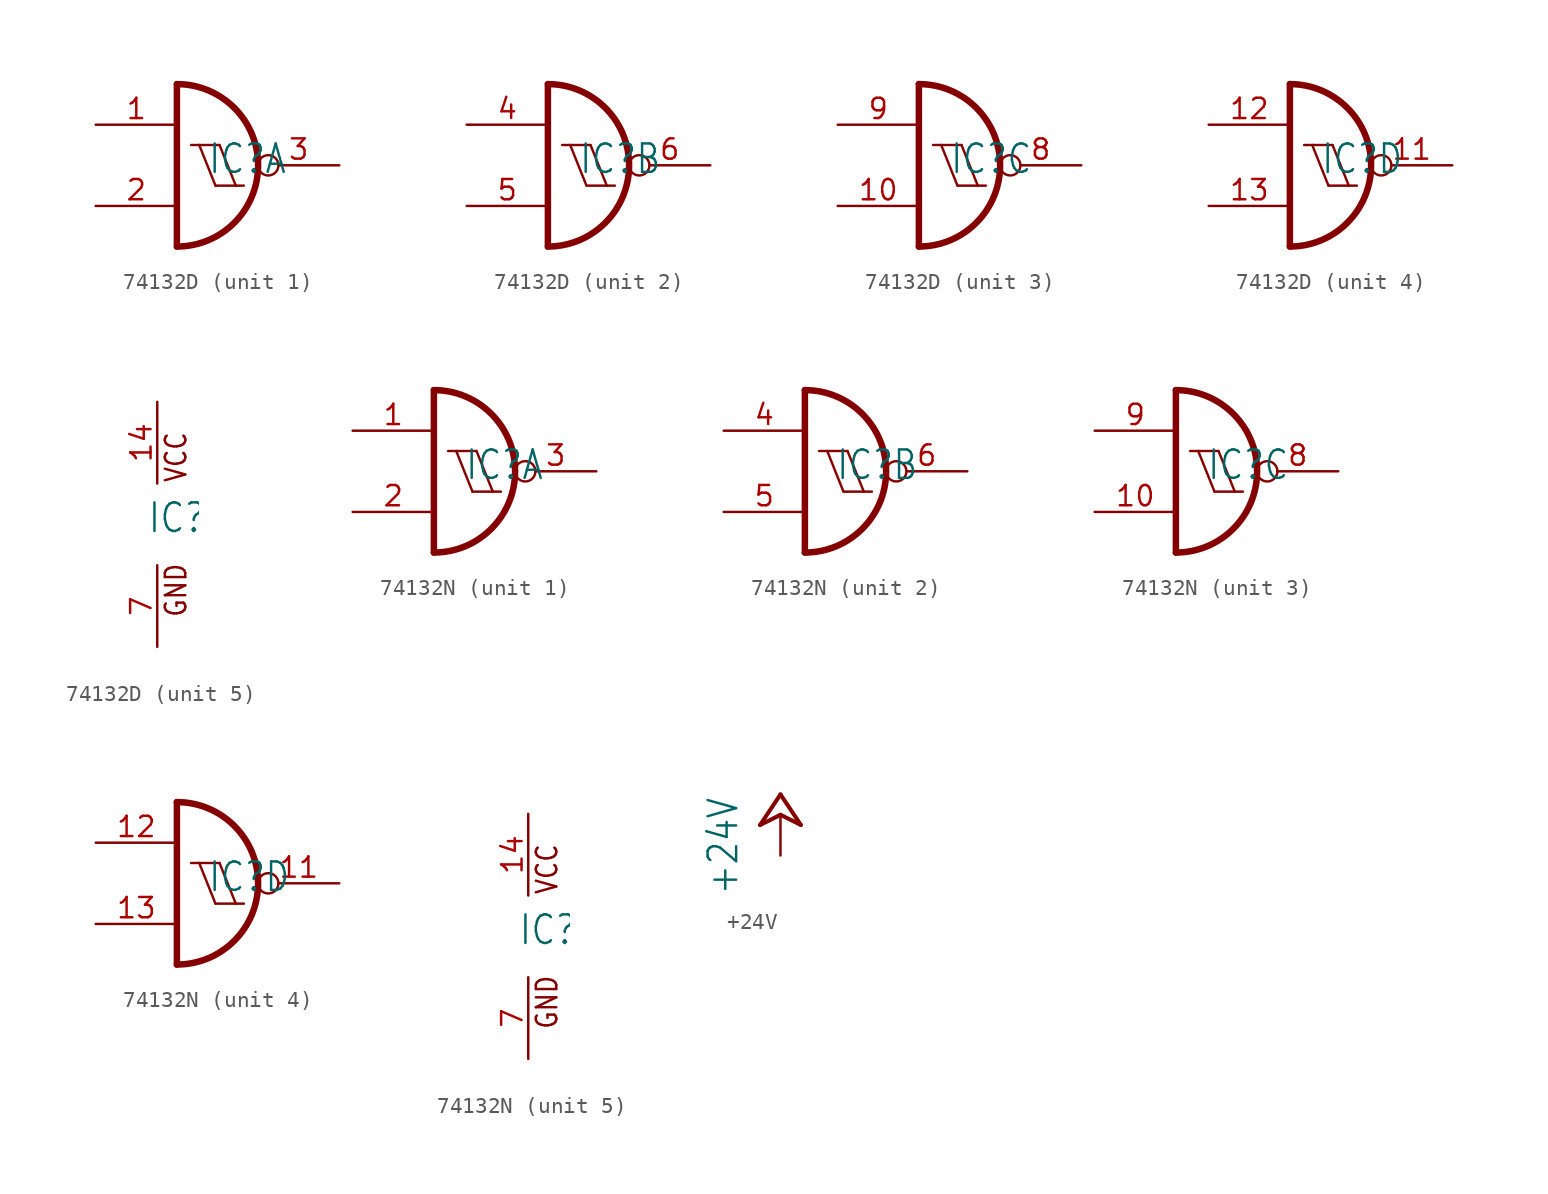
<source format=kicad_sym>
(kicad_symbol_lib
  (version 20211014)
  (generator kicad_symbol_editor)
  (symbol "74132D"
    (property "Reference" "IC"
      (at -0.635 -0.635 0)
      (effects (font (size 1.778 1.511)) (justify left bottom)))
    (property "ki_locked" ""
      (at 0 0 0)
      (effects (font (size 1.27 1.27))))
    (symbol "74132D_1_0"
      (arc (start -2.54 -5.08) (mid 2.54 0) (end -2.54 5.08) (stroke (width 0.4064) (type default) (color 0 0 0 0)) (fill (type none)))
      (polyline (pts (xy -2.54 5.08) (xy -2.54 -5.08)) (stroke (width 0.406) (type default) (color 0 0 0 0)) (fill (type none)))
      (polyline (pts (xy -1.651 1.27) (xy -1.143 1.27)) (stroke (width 0.152) (type default) (color 0 0 0 0)) (fill (type none)))
      (polyline (pts (xy -1.143 1.27) (xy 0.127 1.27)) (stroke (width 0.152) (type default) (color 0 0 0 0)) (fill (type none)))
      (polyline (pts (xy -0.127 -1.27) (xy -1.143 1.27)) (stroke (width 0.152) (type default) (color 0 0 0 0)) (fill (type none)))
      (polyline (pts (xy -0.127 -1.27) (xy 1.143 -1.27)) (stroke (width 0.152) (type default) (color 0 0 0 0)) (fill (type none)))
      (polyline (pts (xy 1.143 -1.27) (xy 0.127 1.27)) (stroke (width 0.152) (type default) (color 0 0 0 0)) (fill (type none)))
      (polyline (pts (xy 1.143 -1.27) (xy 1.651 -1.27)) (stroke (width 0.152) (type default) (color 0 0 0 0)) (fill (type none)))
      (pin input line (at -7.62 2.54 0) (length 5.08) (name "I0" (effects (font (size 0 0)))) (number "1" (effects (font (size 1.27 1.27)))))
      (pin input line (at -7.62 -2.54 0) (length 5.08) (name "I1" (effects (font (size 0 0)))) (number "2" (effects (font (size 1.27 1.27)))))
      (pin output inverted (at 7.62 0 180) (length 5.08) (name "O" (effects (font (size 0 0)))) (number "3" (effects (font (size 1.27 1.27))))))
    (symbol "74132D_2_0"
      (arc (start -2.54 -5.08) (mid 2.54 0) (end -2.54 5.08) (stroke (width 0.4064) (type default) (color 0 0 0 0)) (fill (type none)))
      (polyline (pts (xy -2.54 5.08) (xy -2.54 -5.08)) (stroke (width 0.406) (type default) (color 0 0 0 0)) (fill (type none)))
      (polyline (pts (xy -1.651 1.27) (xy -1.143 1.27)) (stroke (width 0.152) (type default) (color 0 0 0 0)) (fill (type none)))
      (polyline (pts (xy -1.143 1.27) (xy 0.127 1.27)) (stroke (width 0.152) (type default) (color 0 0 0 0)) (fill (type none)))
      (polyline (pts (xy -0.127 -1.27) (xy -1.143 1.27)) (stroke (width 0.152) (type default) (color 0 0 0 0)) (fill (type none)))
      (polyline (pts (xy -0.127 -1.27) (xy 1.143 -1.27)) (stroke (width 0.152) (type default) (color 0 0 0 0)) (fill (type none)))
      (polyline (pts (xy 1.143 -1.27) (xy 0.127 1.27)) (stroke (width 0.152) (type default) (color 0 0 0 0)) (fill (type none)))
      (polyline (pts (xy 1.143 -1.27) (xy 1.651 -1.27)) (stroke (width 0.152) (type default) (color 0 0 0 0)) (fill (type none)))
      (pin input line (at -7.62 2.54 0) (length 5.08) (name "I0" (effects (font (size 0 0)))) (number "4" (effects (font (size 1.27 1.27)))))
      (pin input line (at -7.62 -2.54 0) (length 5.08) (name "I1" (effects (font (size 0 0)))) (number "5" (effects (font (size 1.27 1.27)))))
      (pin output inverted (at 7.62 0 180) (length 5.08) (name "O" (effects (font (size 0 0)))) (number "6" (effects (font (size 1.27 1.27))))))
    (symbol "74132D_3_0"
      (arc (start -2.54 -5.08) (mid 2.54 0) (end -2.54 5.08) (stroke (width 0.4064) (type default) (color 0 0 0 0)) (fill (type none)))
      (polyline (pts (xy -2.54 5.08) (xy -2.54 -5.08)) (stroke (width 0.406) (type default) (color 0 0 0 0)) (fill (type none)))
      (polyline (pts (xy -1.651 1.27) (xy -1.143 1.27)) (stroke (width 0.152) (type default) (color 0 0 0 0)) (fill (type none)))
      (polyline (pts (xy -1.143 1.27) (xy 0.127 1.27)) (stroke (width 0.152) (type default) (color 0 0 0 0)) (fill (type none)))
      (polyline (pts (xy -0.127 -1.27) (xy -1.143 1.27)) (stroke (width 0.152) (type default) (color 0 0 0 0)) (fill (type none)))
      (polyline (pts (xy -0.127 -1.27) (xy 1.143 -1.27)) (stroke (width 0.152) (type default) (color 0 0 0 0)) (fill (type none)))
      (polyline (pts (xy 1.143 -1.27) (xy 0.127 1.27)) (stroke (width 0.152) (type default) (color 0 0 0 0)) (fill (type none)))
      (polyline (pts (xy 1.143 -1.27) (xy 1.651 -1.27)) (stroke (width 0.152) (type default) (color 0 0 0 0)) (fill (type none)))
      (pin input line (at -7.62 -2.54 0) (length 5.08) (name "I1" (effects (font (size 0 0)))) (number "10" (effects (font (size 1.27 1.27)))))
      (pin output inverted (at 7.62 0 180) (length 5.08) (name "O" (effects (font (size 0 0)))) (number "8" (effects (font (size 1.27 1.27)))))
      (pin input line (at -7.62 2.54 0) (length 5.08) (name "I0" (effects (font (size 0 0)))) (number "9" (effects (font (size 1.27 1.27))))))
    (symbol "74132D_4_0"
      (arc (start -2.54 -5.08) (mid 2.54 0) (end -2.54 5.08) (stroke (width 0.4064) (type default) (color 0 0 0 0)) (fill (type none)))
      (polyline (pts (xy -2.54 5.08) (xy -2.54 -5.08)) (stroke (width 0.406) (type default) (color 0 0 0 0)) (fill (type none)))
      (polyline (pts (xy -1.651 1.27) (xy -1.143 1.27)) (stroke (width 0.152) (type default) (color 0 0 0 0)) (fill (type none)))
      (polyline (pts (xy -1.143 1.27) (xy 0.127 1.27)) (stroke (width 0.152) (type default) (color 0 0 0 0)) (fill (type none)))
      (polyline (pts (xy -0.127 -1.27) (xy -1.143 1.27)) (stroke (width 0.152) (type default) (color 0 0 0 0)) (fill (type none)))
      (polyline (pts (xy -0.127 -1.27) (xy 1.143 -1.27)) (stroke (width 0.152) (type default) (color 0 0 0 0)) (fill (type none)))
      (polyline (pts (xy 1.143 -1.27) (xy 0.127 1.27)) (stroke (width 0.152) (type default) (color 0 0 0 0)) (fill (type none)))
      (polyline (pts (xy 1.143 -1.27) (xy 1.651 -1.27)) (stroke (width 0.152) (type default) (color 0 0 0 0)) (fill (type none)))
      (pin output inverted (at 7.62 0 180) (length 5.08) (name "O" (effects (font (size 0 0)))) (number "11" (effects (font (size 1.27 1.27)))))
      (pin input line (at -7.62 2.54 0) (length 5.08) (name "I0" (effects (font (size 0 0)))) (number "12" (effects (font (size 1.27 1.27)))))
      (pin input line (at -7.62 -2.54 0) (length 5.08) (name "I1" (effects (font (size 0 0)))) (number "13" (effects (font (size 1.27 1.27))))))
    (symbol "74132D_5_0"
      (text "GND" (at 1.905 -5.842 900) (effects (font (size 1.27 1.079)) (justify left bottom)))
      (text "VCC" (at 1.905 2.54 900) (effects (font (size 1.27 1.079)) (justify left bottom)))
      (pin power_in line (at 0 7.62 270) (length 5.08) (name "VCC" (effects (font (size 0 0)))) (number "14" (effects (font (size 1.27 1.27)))))
      (pin power_in line (at 0 -7.62 90) (length 5.08) (name "GND" (effects (font (size 0 0)))) (number "7" (effects (font (size 1.27 1.27)))))))
  (symbol "74132N"
    (property "Reference" "IC"
      (at -0.635 -0.635 0)
      (effects (font (size 1.778 1.511)) (justify left bottom)))
    (property "ki_locked" ""
      (at 0 0 0)
      (effects (font (size 1.27 1.27))))
    (symbol "74132N_1_0"
      (arc (start -2.54 -5.08) (mid 2.54 0) (end -2.54 5.08) (stroke (width 0.4064) (type default) (color 0 0 0 0)) (fill (type none)))
      (polyline (pts (xy -2.54 5.08) (xy -2.54 -5.08)) (stroke (width 0.406) (type default) (color 0 0 0 0)) (fill (type none)))
      (polyline (pts (xy -1.651 1.27) (xy -1.143 1.27)) (stroke (width 0.152) (type default) (color 0 0 0 0)) (fill (type none)))
      (polyline (pts (xy -1.143 1.27) (xy 0.127 1.27)) (stroke (width 0.152) (type default) (color 0 0 0 0)) (fill (type none)))
      (polyline (pts (xy -0.127 -1.27) (xy -1.143 1.27)) (stroke (width 0.152) (type default) (color 0 0 0 0)) (fill (type none)))
      (polyline (pts (xy -0.127 -1.27) (xy 1.143 -1.27)) (stroke (width 0.152) (type default) (color 0 0 0 0)) (fill (type none)))
      (polyline (pts (xy 1.143 -1.27) (xy 0.127 1.27)) (stroke (width 0.152) (type default) (color 0 0 0 0)) (fill (type none)))
      (polyline (pts (xy 1.143 -1.27) (xy 1.651 -1.27)) (stroke (width 0.152) (type default) (color 0 0 0 0)) (fill (type none)))
      (pin input line (at -7.62 2.54 0) (length 5.08) (name "I0" (effects (font (size 0 0)))) (number "1" (effects (font (size 1.27 1.27)))))
      (pin input line (at -7.62 -2.54 0) (length 5.08) (name "I1" (effects (font (size 0 0)))) (number "2" (effects (font (size 1.27 1.27)))))
      (pin output inverted (at 7.62 0 180) (length 5.08) (name "O" (effects (font (size 0 0)))) (number "3" (effects (font (size 1.27 1.27))))))
    (symbol "74132N_2_0"
      (arc (start -2.54 -5.08) (mid 2.54 0) (end -2.54 5.08) (stroke (width 0.4064) (type default) (color 0 0 0 0)) (fill (type none)))
      (polyline (pts (xy -2.54 5.08) (xy -2.54 -5.08)) (stroke (width 0.406) (type default) (color 0 0 0 0)) (fill (type none)))
      (polyline (pts (xy -1.651 1.27) (xy -1.143 1.27)) (stroke (width 0.152) (type default) (color 0 0 0 0)) (fill (type none)))
      (polyline (pts (xy -1.143 1.27) (xy 0.127 1.27)) (stroke (width 0.152) (type default) (color 0 0 0 0)) (fill (type none)))
      (polyline (pts (xy -0.127 -1.27) (xy -1.143 1.27)) (stroke (width 0.152) (type default) (color 0 0 0 0)) (fill (type none)))
      (polyline (pts (xy -0.127 -1.27) (xy 1.143 -1.27)) (stroke (width 0.152) (type default) (color 0 0 0 0)) (fill (type none)))
      (polyline (pts (xy 1.143 -1.27) (xy 0.127 1.27)) (stroke (width 0.152) (type default) (color 0 0 0 0)) (fill (type none)))
      (polyline (pts (xy 1.143 -1.27) (xy 1.651 -1.27)) (stroke (width 0.152) (type default) (color 0 0 0 0)) (fill (type none)))
      (pin input line (at -7.62 2.54 0) (length 5.08) (name "I0" (effects (font (size 0 0)))) (number "4" (effects (font (size 1.27 1.27)))))
      (pin input line (at -7.62 -2.54 0) (length 5.08) (name "I1" (effects (font (size 0 0)))) (number "5" (effects (font (size 1.27 1.27)))))
      (pin output inverted (at 7.62 0 180) (length 5.08) (name "O" (effects (font (size 0 0)))) (number "6" (effects (font (size 1.27 1.27))))))
    (symbol "74132N_3_0"
      (arc (start -2.54 -5.08) (mid 2.54 0) (end -2.54 5.08) (stroke (width 0.4064) (type default) (color 0 0 0 0)) (fill (type none)))
      (polyline (pts (xy -2.54 5.08) (xy -2.54 -5.08)) (stroke (width 0.406) (type default) (color 0 0 0 0)) (fill (type none)))
      (polyline (pts (xy -1.651 1.27) (xy -1.143 1.27)) (stroke (width 0.152) (type default) (color 0 0 0 0)) (fill (type none)))
      (polyline (pts (xy -1.143 1.27) (xy 0.127 1.27)) (stroke (width 0.152) (type default) (color 0 0 0 0)) (fill (type none)))
      (polyline (pts (xy -0.127 -1.27) (xy -1.143 1.27)) (stroke (width 0.152) (type default) (color 0 0 0 0)) (fill (type none)))
      (polyline (pts (xy -0.127 -1.27) (xy 1.143 -1.27)) (stroke (width 0.152) (type default) (color 0 0 0 0)) (fill (type none)))
      (polyline (pts (xy 1.143 -1.27) (xy 0.127 1.27)) (stroke (width 0.152) (type default) (color 0 0 0 0)) (fill (type none)))
      (polyline (pts (xy 1.143 -1.27) (xy 1.651 -1.27)) (stroke (width 0.152) (type default) (color 0 0 0 0)) (fill (type none)))
      (pin input line (at -7.62 -2.54 0) (length 5.08) (name "I1" (effects (font (size 0 0)))) (number "10" (effects (font (size 1.27 1.27)))))
      (pin output inverted (at 7.62 0 180) (length 5.08) (name "O" (effects (font (size 0 0)))) (number "8" (effects (font (size 1.27 1.27)))))
      (pin input line (at -7.62 2.54 0) (length 5.08) (name "I0" (effects (font (size 0 0)))) (number "9" (effects (font (size 1.27 1.27))))))
    (symbol "74132N_4_0"
      (arc (start -2.54 -5.08) (mid 2.54 0) (end -2.54 5.08) (stroke (width 0.4064) (type default) (color 0 0 0 0)) (fill (type none)))
      (polyline (pts (xy -2.54 5.08) (xy -2.54 -5.08)) (stroke (width 0.406) (type default) (color 0 0 0 0)) (fill (type none)))
      (polyline (pts (xy -1.651 1.27) (xy -1.143 1.27)) (stroke (width 0.152) (type default) (color 0 0 0 0)) (fill (type none)))
      (polyline (pts (xy -1.143 1.27) (xy 0.127 1.27)) (stroke (width 0.152) (type default) (color 0 0 0 0)) (fill (type none)))
      (polyline (pts (xy -0.127 -1.27) (xy -1.143 1.27)) (stroke (width 0.152) (type default) (color 0 0 0 0)) (fill (type none)))
      (polyline (pts (xy -0.127 -1.27) (xy 1.143 -1.27)) (stroke (width 0.152) (type default) (color 0 0 0 0)) (fill (type none)))
      (polyline (pts (xy 1.143 -1.27) (xy 0.127 1.27)) (stroke (width 0.152) (type default) (color 0 0 0 0)) (fill (type none)))
      (polyline (pts (xy 1.143 -1.27) (xy 1.651 -1.27)) (stroke (width 0.152) (type default) (color 0 0 0 0)) (fill (type none)))
      (pin output inverted (at 7.62 0 180) (length 5.08) (name "O" (effects (font (size 0 0)))) (number "11" (effects (font (size 1.27 1.27)))))
      (pin input line (at -7.62 2.54 0) (length 5.08) (name "I0" (effects (font (size 0 0)))) (number "12" (effects (font (size 1.27 1.27)))))
      (pin input line (at -7.62 -2.54 0) (length 5.08) (name "I1" (effects (font (size 0 0)))) (number "13" (effects (font (size 1.27 1.27))))))
    (symbol "74132N_5_0"
      (text "GND" (at 1.905 -5.842 900) (effects (font (size 1.27 1.079)) (justify left bottom)))
      (text "VCC" (at 1.905 2.54 900) (effects (font (size 1.27 1.079)) (justify left bottom)))
      (pin power_in line (at 0 7.62 270) (length 5.08) (name "VCC" (effects (font (size 0 0)))) (number "14" (effects (font (size 1.27 1.27)))))
      (pin power_in line (at 0 -7.62 90) (length 5.08) (name "GND" (effects (font (size 0 0)))) (number "7" (effects (font (size 1.27 1.27)))))))
  (symbol "+24V"
    (power)
    (property "Reference" "#P+"
      (at 0 0 0)
      (effects (font (size 1.27 1.27)) hide))
    (property "Value" "+24V"
      (at -2.54 -5.08 90)
      (effects (font (size 1.778 1.511)) (justify left bottom)))
    (property "ki_locked" ""
      (at 0 0 0)
      (effects (font (size 1.27 1.27))))
    (symbol "+24V_1_0"
      (polyline (pts (xy 0 0) (xy -1.27 -0.635)) (stroke (width 0.254) (type default) (color 0 0 0 0)) (fill (type none)))
      (polyline (pts (xy 0 1.27) (xy -1.27 -0.635)) (stroke (width 0.254) (type default) (color 0 0 0 0)) (fill (type none)))
      (polyline (pts (xy 1.27 -0.635) (xy 0 0)) (stroke (width 0.254) (type default) (color 0 0 0 0)) (fill (type none)))
      (polyline (pts (xy 1.27 -0.635) (xy 0 1.27)) (stroke (width 0.254) (type default) (color 0 0 0 0)) (fill (type none)))
      (pin power_in line (at 0 -2.54 90) (length 2.54) (name "+24V" (effects (font (size 0 0)))) (number "1" (effects (font (size 0 0))))))))
</source>
